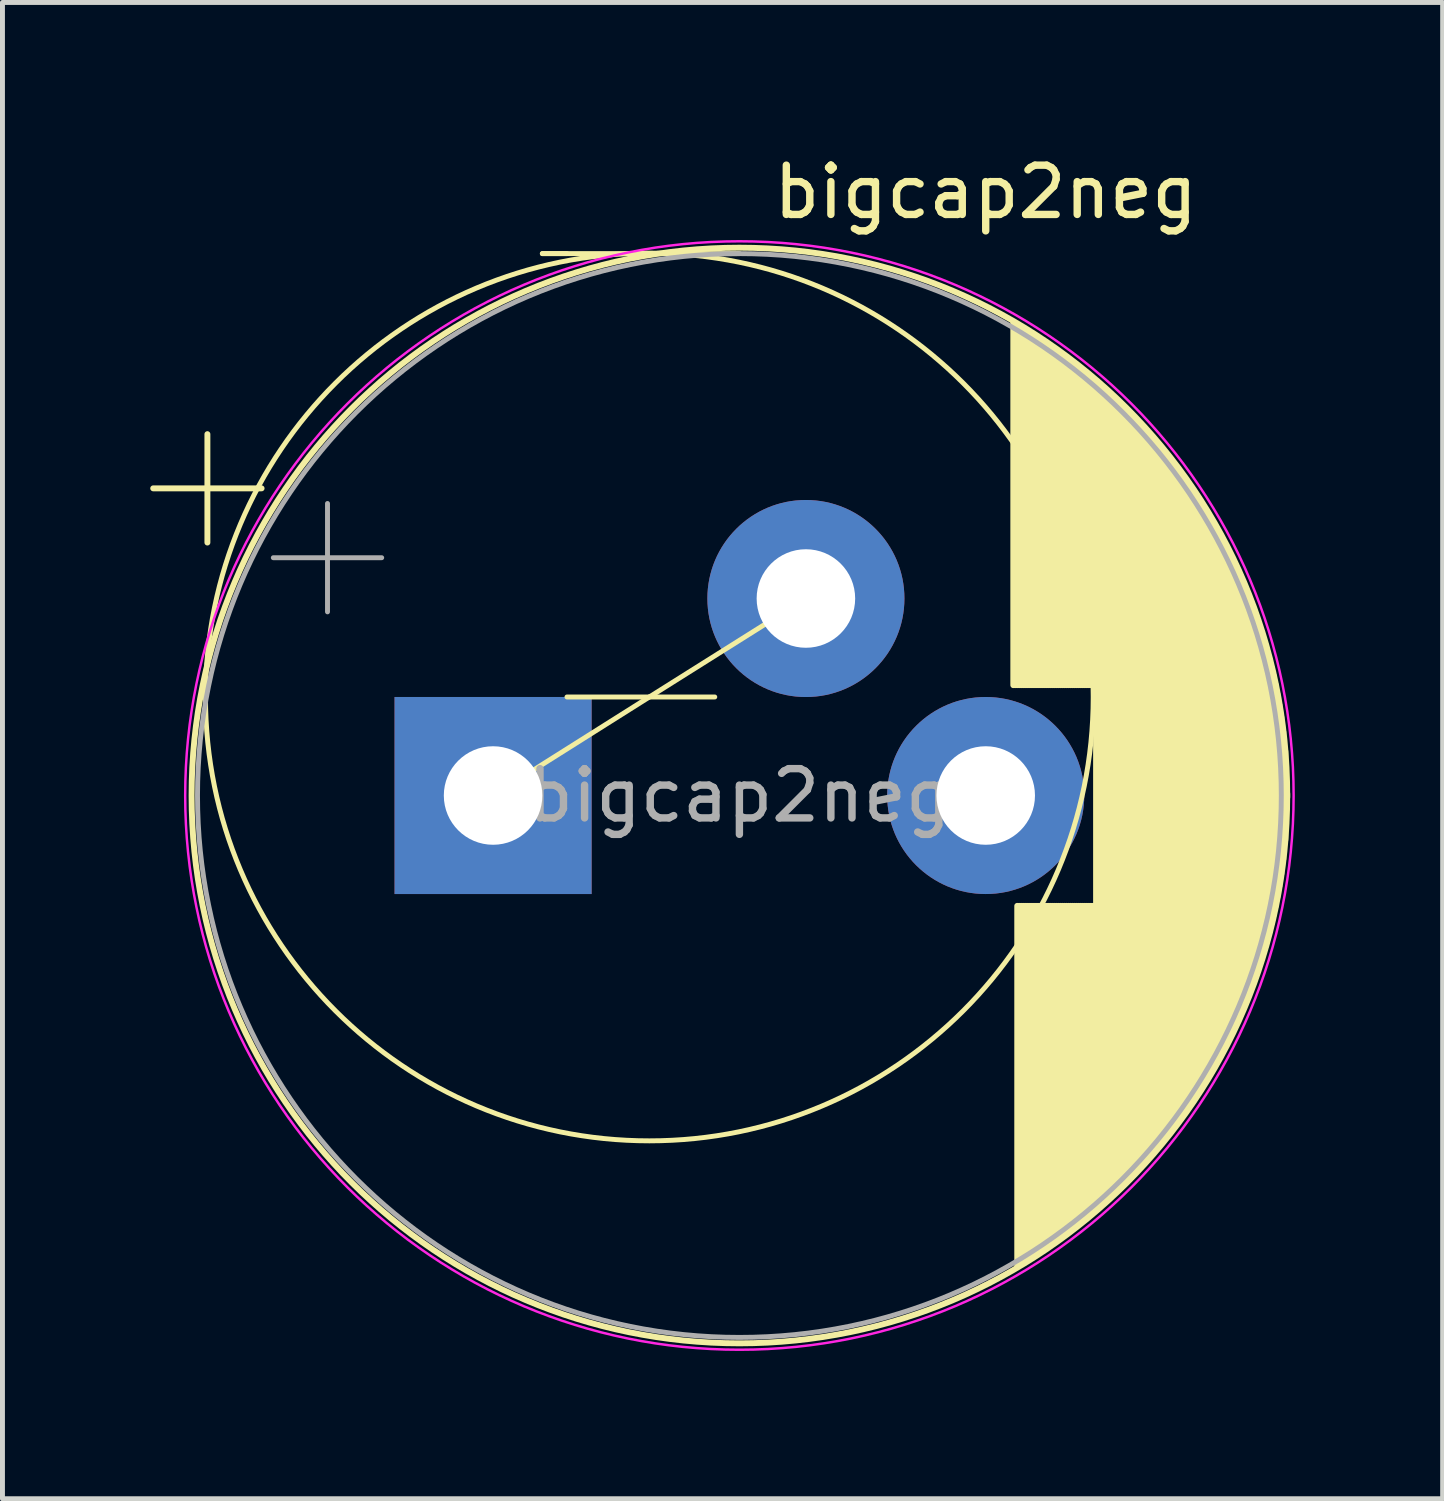
<source format=kicad_pcb>
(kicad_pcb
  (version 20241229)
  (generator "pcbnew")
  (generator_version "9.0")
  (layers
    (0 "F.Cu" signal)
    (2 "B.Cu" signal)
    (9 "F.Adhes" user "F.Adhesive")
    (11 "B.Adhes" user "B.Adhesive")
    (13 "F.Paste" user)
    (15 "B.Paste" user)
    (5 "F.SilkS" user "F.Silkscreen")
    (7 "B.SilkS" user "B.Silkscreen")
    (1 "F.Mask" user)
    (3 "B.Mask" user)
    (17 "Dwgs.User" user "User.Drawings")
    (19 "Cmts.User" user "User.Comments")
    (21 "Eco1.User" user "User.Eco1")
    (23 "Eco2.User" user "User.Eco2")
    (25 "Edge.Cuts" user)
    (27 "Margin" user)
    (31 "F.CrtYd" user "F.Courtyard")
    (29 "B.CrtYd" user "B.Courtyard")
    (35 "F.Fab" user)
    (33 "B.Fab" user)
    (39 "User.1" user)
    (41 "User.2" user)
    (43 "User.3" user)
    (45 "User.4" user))
  (footprint "bigcap2neg"
    (layer "F.Cu")
    (at 11.959 13.098)
    (property "Reference" "bigcap2neg" (at 5 -12.25 0) (layer "F.SilkS") (effects (font (size 1 1) (thickness 0.15))))
    (attr through_hole)
    (fp_line (start -11.899 -6.235) (end -9.699 -6.235) (stroke (width 0.12) (type solid)) (layer "F.SilkS"))
    (fp_line (start -10.799 -7.335) (end -10.799 -5.135) (stroke (width 0.12) (type solid)) (layer "F.SilkS"))
    (fp_line (start -4 -11) (end -3.5 -11) (stroke (width 0.1) (type default)) (layer "F.SilkS"))
    (fp_line (start -3.5 -2) (end -0.5 -2) (stroke (width 0.1) (type default)) (layer "F.SilkS"))
    (fp_line (start -1.828 -2) (end -5 0) (stroke (width 0.1) (type default)) (layer "F.SilkS"))
    (fp_line (start -1.828 -2) (end 1.75 -4.25) (stroke (width 0.1) (type default)) (layer "F.SilkS"))
    (fp_line (start 0 -11) (end -4 -11) (stroke (width 0.1) (type default)) (layer "F.SilkS"))
    (fp_line (start 5.56 -9.59) (end 5.56 -2.24) (stroke (width 0.12) (type solid)) (layer "F.SilkS"))
    (fp_line (start 5.6 -9.567) (end 5.6 -2.24) (stroke (width 0.12) (type solid)) (layer "F.SilkS"))
    (fp_line (start 5.64 -9.544) (end 5.64 -2.24) (stroke (width 0.12) (type solid)) (layer "F.SilkS"))
    (fp_line (start 5.64 2.24) (end 5.64 9.544) (stroke (width 0.12) (type solid)) (layer "F.SilkS"))
    (fp_line (start 5.68 -9.52) (end 5.68 -2.24) (stroke (width 0.12) (type solid)) (layer "F.SilkS"))
    (fp_line (start 5.68 2.24) (end 5.68 9.52) (stroke (width 0.12) (type solid)) (layer "F.SilkS"))
    (fp_line (start 5.72 -9.496) (end 5.72 -2.24) (stroke (width 0.12) (type solid)) (layer "F.SilkS"))
    (fp_line (start 5.72 2.24) (end 5.72 9.496) (stroke (width 0.12) (type solid)) (layer "F.SilkS"))
    (fp_line (start 5.76 -9.472) (end 5.76 -2.24) (stroke (width 0.12) (type solid)) (layer "F.SilkS"))
    (fp_line (start 5.76 2.24) (end 5.76 9.472) (stroke (width 0.12) (type solid)) (layer "F.SilkS"))
    (fp_line (start 5.8 -9.448) (end 5.8 -2.24) (stroke (width 0.12) (type solid)) (layer "F.SilkS"))
    (fp_line (start 5.8 2.24) (end 5.8 9.448) (stroke (width 0.12) (type solid)) (layer "F.SilkS"))
    (fp_line (start 5.84 -9.423) (end 5.84 -2.24) (stroke (width 0.12) (type solid)) (layer "F.SilkS"))
    (fp_line (start 5.84 2.24) (end 5.84 9.423) (stroke (width 0.12) (type solid)) (layer "F.SilkS"))
    (fp_line (start 5.88 -9.398) (end 5.88 -2.24) (stroke (width 0.12) (type solid)) (layer "F.SilkS"))
    (fp_line (start 5.88 2.24) (end 5.88 9.398) (stroke (width 0.12) (type solid)) (layer "F.SilkS"))
    (fp_line (start 5.92 -9.373) (end 5.92 -2.24) (stroke (width 0.12) (type solid)) (layer "F.SilkS"))
    (fp_line (start 5.92 2.24) (end 5.92 9.373) (stroke (width 0.12) (type solid)) (layer "F.SilkS"))
    (fp_line (start 5.96 -9.348) (end 5.96 -2.24) (stroke (width 0.12) (type solid)) (layer "F.SilkS"))
    (fp_line (start 5.96 2.24) (end 5.96 9.348) (stroke (width 0.12) (type solid)) (layer "F.SilkS"))
    (fp_line (start 6 -9.322) (end 6 -2.24) (stroke (width 0.12) (type solid)) (layer "F.SilkS"))
    (fp_line (start 6 2.24) (end 6 9.322) (stroke (width 0.12) (type solid)) (layer "F.SilkS"))
    (fp_line (start 6.04 -9.297) (end 6.04 -2.24) (stroke (width 0.12) (type solid)) (layer "F.SilkS"))
    (fp_line (start 6.04 2.24) (end 6.04 9.297) (stroke (width 0.12) (type solid)) (layer "F.SilkS"))
    (fp_line (start 6.08 -9.271) (end 6.08 -2.24) (stroke (width 0.12) (type solid)) (layer "F.SilkS"))
    (fp_line (start 6.08 2.24) (end 6.08 9.271) (stroke (width 0.12) (type solid)) (layer "F.SilkS"))
    (fp_line (start 6.12 -9.244) (end 6.12 -2.24) (stroke (width 0.12) (type solid)) (layer "F.SilkS"))
    (fp_line (start 6.12 2.24) (end 6.12 9.244) (stroke (width 0.12) (type solid)) (layer "F.SilkS"))
    (fp_line (start 6.16 -9.218) (end 6.16 -2.24) (stroke (width 0.12) (type solid)) (layer "F.SilkS"))
    (fp_line (start 6.16 2.24) (end 6.16 9.218) (stroke (width 0.12) (type solid)) (layer "F.SilkS"))
    (fp_line (start 6.2 -9.191) (end 6.2 -2.24) (stroke (width 0.12) (type solid)) (layer "F.SilkS"))
    (fp_line (start 6.2 2.24) (end 6.2 9.191) (stroke (width 0.12) (type solid)) (layer "F.SilkS"))
    (fp_line (start 6.24 -9.164) (end 6.24 -2.24) (stroke (width 0.12) (type solid)) (layer "F.SilkS"))
    (fp_line (start 6.24 2.24) (end 6.24 9.164) (stroke (width 0.12) (type solid)) (layer "F.SilkS"))
    (fp_line (start 6.28 -9.137) (end 6.28 -2.24) (stroke (width 0.12) (type solid)) (layer "F.SilkS"))
    (fp_line (start 6.28 2.24) (end 6.28 9.137) (stroke (width 0.12) (type solid)) (layer "F.SilkS"))
    (fp_line (start 6.32 -9.109) (end 6.32 -2.24) (stroke (width 0.12) (type solid)) (layer "F.SilkS"))
    (fp_line (start 6.32 2.24) (end 6.32 9.109) (stroke (width 0.12) (type solid)) (layer "F.SilkS"))
    (fp_line (start 6.36 -9.082) (end 6.36 -2.24) (stroke (width 0.12) (type solid)) (layer "F.SilkS"))
    (fp_line (start 6.36 2.24) (end 6.36 9.082) (stroke (width 0.12) (type solid)) (layer "F.SilkS"))
    (fp_line (start 6.4 -9.054) (end 6.4 -2.24) (stroke (width 0.12) (type solid)) (layer "F.SilkS"))
    (fp_line (start 6.4 2.24) (end 6.4 9.054) (stroke (width 0.12) (type solid)) (layer "F.SilkS"))
    (fp_line (start 6.44 -9.025) (end 6.44 -2.24) (stroke (width 0.12) (type solid)) (layer "F.SilkS"))
    (fp_line (start 6.44 2.24) (end 6.44 9.025) (stroke (width 0.12) (type solid)) (layer "F.SilkS"))
    (fp_line (start 6.48 -8.997) (end 6.48 -2.24) (stroke (width 0.12) (type solid)) (layer "F.SilkS"))
    (fp_line (start 6.48 2.24) (end 6.48 8.997) (stroke (width 0.12) (type solid)) (layer "F.SilkS"))
    (fp_line (start 6.52 -8.968) (end 6.52 -2.24) (stroke (width 0.12) (type solid)) (layer "F.SilkS"))
    (fp_line (start 6.52 2.24) (end 6.52 8.968) (stroke (width 0.12) (type solid)) (layer "F.SilkS"))
    (fp_line (start 6.56 -8.939) (end 6.56 -2.24) (stroke (width 0.12) (type solid)) (layer "F.SilkS"))
    (fp_line (start 6.56 2.24) (end 6.56 8.939) (stroke (width 0.12) (type solid)) (layer "F.SilkS"))
    (fp_line (start 6.6 -8.91) (end 6.6 -2.24) (stroke (width 0.12) (type solid)) (layer "F.SilkS"))
    (fp_line (start 6.6 2.24) (end 6.6 8.91) (stroke (width 0.12) (type solid)) (layer "F.SilkS"))
    (fp_line (start 6.64 -8.88) (end 6.64 -2.24) (stroke (width 0.12) (type solid)) (layer "F.SilkS"))
    (fp_line (start 6.64 2.24) (end 6.64 8.88) (stroke (width 0.12) (type solid)) (layer "F.SilkS"))
    (fp_line (start 6.68 -8.85) (end 6.68 -2.24) (stroke (width 0.12) (type solid)) (layer "F.SilkS"))
    (fp_line (start 6.68 2.24) (end 6.68 8.85) (stroke (width 0.12) (type solid)) (layer "F.SilkS"))
    (fp_line (start 6.72 -8.82) (end 6.72 -2.24) (stroke (width 0.12) (type solid)) (layer "F.SilkS"))
    (fp_line (start 6.72 2.24) (end 6.72 8.82) (stroke (width 0.12) (type solid)) (layer "F.SilkS"))
    (fp_line (start 6.76 -8.789) (end 6.76 -2.24) (stroke (width 0.12) (type solid)) (layer "F.SilkS"))
    (fp_line (start 6.76 2.24) (end 6.76 8.789) (stroke (width 0.12) (type solid)) (layer "F.SilkS"))
    (fp_line (start 6.8 -8.759) (end 6.8 -2.24) (stroke (width 0.12) (type solid)) (layer "F.SilkS"))
    (fp_line (start 6.8 2.24) (end 6.8 8.759) (stroke (width 0.12) (type solid)) (layer "F.SilkS"))
    (fp_line (start 6.84 -8.727) (end 6.84 -2.24) (stroke (width 0.12) (type solid)) (layer "F.SilkS"))
    (fp_line (start 6.84 2.24) (end 6.84 8.727) (stroke (width 0.12) (type solid)) (layer "F.SilkS"))
    (fp_line (start 6.88 -8.696) (end 6.88 -2.24) (stroke (width 0.12) (type solid)) (layer "F.SilkS"))
    (fp_line (start 6.88 2.24) (end 6.88 8.696) (stroke (width 0.12) (type solid)) (layer "F.SilkS"))
    (fp_line (start 6.92 -8.664) (end 6.92 -2.24) (stroke (width 0.12) (type solid)) (layer "F.SilkS"))
    (fp_line (start 6.92 2.24) (end 6.92 8.664) (stroke (width 0.12) (type solid)) (layer "F.SilkS"))
    (fp_line (start 6.96 -8.633) (end 6.96 -2.24) (stroke (width 0.12) (type solid)) (layer "F.SilkS"))
    (fp_line (start 6.96 2.24) (end 6.96 8.633) (stroke (width 0.12) (type solid)) (layer "F.SilkS"))
    (fp_line (start 7 -8.6) (end 7 -2.24) (stroke (width 0.12) (type solid)) (layer "F.SilkS"))
    (fp_line (start 7 2.24) (end 7 8.6) (stroke (width 0.12) (type solid)) (layer "F.SilkS"))
    (fp_line (start 7.04 -8.568) (end 7.04 -2.24) (stroke (width 0.12) (type solid)) (layer "F.SilkS"))
    (fp_line (start 7.04 2.24) (end 7.04 8.568) (stroke (width 0.12) (type solid)) (layer "F.SilkS"))
    (fp_line (start 7.08 -8.535) (end 7.08 -2.24) (stroke (width 0.12) (type solid)) (layer "F.SilkS"))
    (fp_line (start 7.08 2.24) (end 7.08 8.535) (stroke (width 0.12) (type solid)) (layer "F.SilkS"))
    (fp_line (start 7.12 -8.502) (end 7.12 -2.24) (stroke (width 0.12) (type solid)) (layer "F.SilkS"))
    (fp_line (start 7.12 2.24) (end 7.12 8.502) (stroke (width 0.12) (type solid)) (layer "F.SilkS"))
    (fp_line (start 7.16 -8.468) (end 7.16 -2.24) (stroke (width 0.12) (type solid)) (layer "F.SilkS"))
    (fp_line (start 7.16 2.24) (end 7.16 8.468) (stroke (width 0.12) (type solid)) (layer "F.SilkS"))
    (fp_line (start 7.2 -8.434) (end 7.2 -2.24) (stroke (width 0.12) (type solid)) (layer "F.SilkS"))
    (fp_line (start 7.2 2.24) (end 7.2 8.434) (stroke (width 0.12) (type solid)) (layer "F.SilkS"))
    (fp_line (start 7.24 -8.4) (end 7.24 8.4) (stroke (width 0.12) (type solid)) (layer "F.SilkS"))
    (fp_line (start 7.28 -8.366) (end 7.28 8.366) (stroke (width 0.12) (type solid)) (layer "F.SilkS"))
    (fp_line (start 7.32 -8.331) (end 7.32 8.331) (stroke (width 0.12) (type solid)) (layer "F.SilkS"))
    (fp_line (start 7.36 -8.296) (end 7.36 8.296) (stroke (width 0.12) (type solid)) (layer "F.SilkS"))
    (fp_line (start 7.4 -8.26) (end 7.4 8.26) (stroke (width 0.12) (type solid)) (layer "F.SilkS"))
    (fp_line (start 7.44 -8.224) (end 7.44 8.224) (stroke (width 0.12) (type solid)) (layer "F.SilkS"))
    (fp_line (start 7.48 -8.188) (end 7.48 8.188) (stroke (width 0.12) (type solid)) (layer "F.SilkS"))
    (fp_line (start 7.52 -8.152) (end 7.52 8.152) (stroke (width 0.12) (type solid)) (layer "F.SilkS"))
    (fp_line (start 7.56 -8.115) (end 7.56 8.115) (stroke (width 0.12) (type solid)) (layer "F.SilkS"))
    (fp_line (start 7.6 -8.078) (end 7.6 8.078) (stroke (width 0.12) (type solid)) (layer "F.SilkS"))
    (fp_line (start 7.64 -8.04) (end 7.64 8.04) (stroke (width 0.12) (type solid)) (layer "F.SilkS"))
    (fp_line (start 7.68 -8.002) (end 7.68 8.002) (stroke (width 0.12) (type solid)) (layer "F.SilkS"))
    (fp_line (start 7.72 -7.963) (end 7.72 7.963) (stroke (width 0.12) (type solid)) (layer "F.SilkS"))
    (fp_line (start 7.76 -7.925) (end 7.76 7.925) (stroke (width 0.12) (type solid)) (layer "F.SilkS"))
    (fp_line (start 7.8 -7.886) (end 7.8 7.886) (stroke (width 0.12) (type solid)) (layer "F.SilkS"))
    (fp_line (start 7.84 -7.846) (end 7.84 7.846) (stroke (width 0.12) (type solid)) (layer "F.SilkS"))
    (fp_line (start 7.88 -7.806) (end 7.88 7.806) (stroke (width 0.12) (type solid)) (layer "F.SilkS"))
    (fp_line (start 7.92 -7.766) (end 7.92 7.766) (stroke (width 0.12) (type solid)) (layer "F.SilkS"))
    (fp_line (start 7.96 -7.725) (end 7.96 7.725) (stroke (width 0.12) (type solid)) (layer "F.SilkS"))
    (fp_line (start 8 -7.684) (end 8 7.684) (stroke (width 0.12) (type solid)) (layer "F.SilkS"))
    (fp_line (start 8.04 -7.642) (end 8.04 7.642) (stroke (width 0.12) (type solid)) (layer "F.SilkS"))
    (fp_line (start 8.08 -7.6) (end 8.08 7.6) (stroke (width 0.12) (type solid)) (layer "F.SilkS"))
    (fp_line (start 8.12 -7.557) (end 8.12 7.557) (stroke (width 0.12) (type solid)) (layer "F.SilkS"))
    (fp_line (start 8.16 -7.514) (end 8.16 7.514) (stroke (width 0.12) (type solid)) (layer "F.SilkS"))
    (fp_line (start 8.2 -7.471) (end 8.2 7.471) (stroke (width 0.12) (type solid)) (layer "F.SilkS"))
    (fp_line (start 8.24 -7.427) (end 8.24 7.427) (stroke (width 0.12) (type solid)) (layer "F.SilkS"))
    (fp_line (start 8.28 -7.383) (end 8.28 7.383) (stroke (width 0.12) (type solid)) (layer "F.SilkS"))
    (fp_line (start 8.32 -7.338) (end 8.32 7.338) (stroke (width 0.12) (type solid)) (layer "F.SilkS"))
    (fp_line (start 8.36 -7.292) (end 8.36 7.292) (stroke (width 0.12) (type solid)) (layer "F.SilkS"))
    (fp_line (start 8.4 -7.247) (end 8.4 7.247) (stroke (width 0.12) (type solid)) (layer "F.SilkS"))
    (fp_line (start 8.44 -7.2) (end 8.44 7.2) (stroke (width 0.12) (type solid)) (layer "F.SilkS"))
    (fp_line (start 8.48 -7.153) (end 8.48 7.153) (stroke (width 0.12) (type solid)) (layer "F.SilkS"))
    (fp_line (start 8.52 -7.106) (end 8.52 7.106) (stroke (width 0.12) (type solid)) (layer "F.SilkS"))
    (fp_line (start 8.56 -7.058) (end 8.56 7.058) (stroke (width 0.12) (type solid)) (layer "F.SilkS"))
    (fp_line (start 8.6 -7.009) (end 8.6 7.009) (stroke (width 0.12) (type solid)) (layer "F.SilkS"))
    (fp_line (start 8.64 -6.96) (end 8.64 6.96) (stroke (width 0.12) (type solid)) (layer "F.SilkS"))
    (fp_line (start 8.68 -6.911) (end 8.68 6.911) (stroke (width 0.12) (type solid)) (layer "F.SilkS"))
    (fp_line (start 8.72 -6.86) (end 8.72 6.86) (stroke (width 0.12) (type solid)) (layer "F.SilkS"))
    (fp_line (start 8.76 -6.81) (end 8.76 6.81) (stroke (width 0.12) (type solid)) (layer "F.SilkS"))
    (fp_line (start 8.8 -6.758) (end 8.8 6.758) (stroke (width 0.12) (type solid)) (layer "F.SilkS"))
    (fp_line (start 8.84 -6.706) (end 8.84 6.706) (stroke (width 0.12) (type solid)) (layer "F.SilkS"))
    (fp_line (start 8.88 -6.653) (end 8.88 6.653) (stroke (width 0.12) (type solid)) (layer "F.SilkS"))
    (fp_line (start 8.92 -6.6) (end 8.92 6.6) (stroke (width 0.12) (type solid)) (layer "F.SilkS"))
    (fp_line (start 8.96 -6.546) (end 8.96 6.546) (stroke (width 0.12) (type solid)) (layer "F.SilkS"))
    (fp_line (start 9 -6.491) (end 9 6.491) (stroke (width 0.12) (type solid)) (layer "F.SilkS"))
    (fp_line (start 9.04 -6.436) (end 9.04 6.436) (stroke (width 0.12) (type solid)) (layer "F.SilkS"))
    (fp_line (start 9.08 -6.379) (end 9.08 6.379) (stroke (width 0.12) (type solid)) (layer "F.SilkS"))
    (fp_line (start 9.12 -6.322) (end 9.12 6.322) (stroke (width 0.12) (type solid)) (layer "F.SilkS"))
    (fp_line (start 9.16 -6.265) (end 9.16 6.265) (stroke (width 0.12) (type solid)) (layer "F.SilkS"))
    (fp_line (start 9.2 -6.206) (end 9.2 6.206) (stroke (width 0.12) (type solid)) (layer "F.SilkS"))
    (fp_line (start 9.24 -6.147) (end 9.24 6.147) (stroke (width 0.12) (type solid)) (layer "F.SilkS"))
    (fp_line (start 9.28 -6.087) (end 9.28 6.087) (stroke (width 0.12) (type solid)) (layer "F.SilkS"))
    (fp_line (start 9.32 -6.026) (end 9.32 6.026) (stroke (width 0.12) (type solid)) (layer "F.SilkS"))
    (fp_line (start 9.36 -5.964) (end 9.36 5.964) (stroke (width 0.12) (type solid)) (layer "F.SilkS"))
    (fp_line (start 9.4 -5.901) (end 9.4 5.901) (stroke (width 0.12) (type solid)) (layer "F.SilkS"))
    (fp_line (start 9.44 -5.837) (end 9.44 5.837) (stroke (width 0.12) (type solid)) (layer "F.SilkS"))
    (fp_line (start 9.48 -5.772) (end 9.48 5.772) (stroke (width 0.12) (type solid)) (layer "F.SilkS"))
    (fp_line (start 9.52 -5.707) (end 9.52 5.707) (stroke (width 0.12) (type solid)) (layer "F.SilkS"))
    (fp_line (start 9.56 -5.64) (end 9.56 5.64) (stroke (width 0.12) (type solid)) (layer "F.SilkS"))
    (fp_line (start 9.6 -5.572) (end 9.6 5.572) (stroke (width 0.12) (type solid)) (layer "F.SilkS"))
    (fp_line (start 9.64 -5.503) (end 9.64 5.503) (stroke (width 0.12) (type solid)) (layer "F.SilkS"))
    (fp_line (start 9.68 -5.433) (end 9.68 5.433) (stroke (width 0.12) (type solid)) (layer "F.SilkS"))
    (fp_line (start 9.72 -5.361) (end 9.72 5.361) (stroke (width 0.12) (type solid)) (layer "F.SilkS"))
    (fp_line (start 9.76 -5.289) (end 9.76 5.289) (stroke (width 0.12) (type solid)) (layer "F.SilkS"))
    (fp_line (start 9.8 -5.215) (end 9.8 5.215) (stroke (width 0.12) (type solid)) (layer "F.SilkS"))
    (fp_line (start 9.84 -5.14) (end 9.84 5.14) (stroke (width 0.12) (type solid)) (layer "F.SilkS"))
    (fp_line (start 9.88 -5.063) (end 9.88 5.063) (stroke (width 0.12) (type solid)) (layer "F.SilkS"))
    (fp_line (start 9.92 -4.985) (end 9.92 4.985) (stroke (width 0.12) (type solid)) (layer "F.SilkS"))
    (fp_line (start 9.96 -4.905) (end 9.96 4.905) (stroke (width 0.12) (type solid)) (layer "F.SilkS"))
    (fp_line (start 10 -4.824) (end 10 4.824) (stroke (width 0.12) (type solid)) (layer "F.SilkS"))
    (fp_line (start 10.04 -4.74) (end 10.04 4.74) (stroke (width 0.12) (type solid)) (layer "F.SilkS"))
    (fp_line (start 10.08 -4.656) (end 10.08 4.656) (stroke (width 0.12) (type solid)) (layer "F.SilkS"))
    (fp_line (start 10.12 -4.569) (end 10.12 4.569) (stroke (width 0.12) (type solid)) (layer "F.SilkS"))
    (fp_line (start 10.16 -4.48) (end 10.16 4.48) (stroke (width 0.12) (type solid)) (layer "F.SilkS"))
    (fp_line (start 10.2 -4.389) (end 10.2 4.389) (stroke (width 0.12) (type solid)) (layer "F.SilkS"))
    (fp_line (start 10.24 -4.296) (end 10.24 4.296) (stroke (width 0.12) (type solid)) (layer "F.SilkS"))
    (fp_line (start 10.28 -4.2) (end 10.28 4.2) (stroke (width 0.12) (type solid)) (layer "F.SilkS"))
    (fp_line (start 10.32 -4.101) (end 10.32 4.101) (stroke (width 0.12) (type solid)) (layer "F.SilkS"))
    (fp_line (start 10.36 -4) (end 10.36 4) (stroke (width 0.12) (type solid)) (layer "F.SilkS"))
    (fp_line (start 10.4 -3.896) (end 10.4 3.896) (stroke (width 0.12) (type solid)) (layer "F.SilkS"))
    (fp_line (start 10.44 -3.789) (end 10.44 3.789) (stroke (width 0.12) (type solid)) (layer "F.SilkS"))
    (fp_line (start 10.48 -3.678) (end 10.48 3.678) (stroke (width 0.12) (type solid)) (layer "F.SilkS"))
    (fp_line (start 10.52 -3.563) (end 10.52 3.563) (stroke (width 0.12) (type solid)) (layer "F.SilkS"))
    (fp_line (start 10.56 -3.444) (end 10.56 3.444) (stroke (width 0.12) (type solid)) (layer "F.SilkS"))
    (fp_line (start 10.6 -3.321) (end 10.6 3.321) (stroke (width 0.12) (type solid)) (layer "F.SilkS"))
    (fp_line (start 10.64 -3.192) (end 10.64 3.192) (stroke (width 0.12) (type solid)) (layer "F.SilkS"))
    (fp_line (start 10.68 -3.057) (end 10.68 3.057) (stroke (width 0.12) (type solid)) (layer "F.SilkS"))
    (fp_line (start 10.72 -2.916) (end 10.72 2.916) (stroke (width 0.12) (type solid)) (layer "F.SilkS"))
    (fp_line (start 10.76 -2.767) (end 10.76 2.767) (stroke (width 0.12) (type solid)) (layer "F.SilkS"))
    (fp_line (start 10.8 -2.608) (end 10.8 2.608) (stroke (width 0.12) (type solid)) (layer "F.SilkS"))
    (fp_line (start 10.84 -2.44) (end 10.84 2.44) (stroke (width 0.12) (type solid)) (layer "F.SilkS"))
    (fp_line (start 10.88 -2.258) (end 10.88 2.258) (stroke (width 0.12) (type solid)) (layer "F.SilkS"))
    (fp_line (start 10.92 -2.06) (end 10.92 2.06) (stroke (width 0.12) (type solid)) (layer "F.SilkS"))
    (fp_line (start 10.96 -1.84) (end 10.96 1.84) (stroke (width 0.12) (type solid)) (layer "F.SilkS"))
    (fp_line (start 11 -1.589) (end 11 1.589) (stroke (width 0.12) (type solid)) (layer "F.SilkS"))
    (fp_line (start 11.04 -1.291) (end 11.04 1.291) (stroke (width 0.12) (type solid)) (layer "F.SilkS"))
    (fp_line (start 11.08 -0.902) (end 11.08 0.902) (stroke (width 0.12) (type solid)) (layer "F.SilkS"))
    (fp_line (start 11.12 0.04) (end 11.12 -0.04) (stroke (width 0.12) (type solid)) (layer "F.SilkS"))
    (fp_circle (center -1.828 -2) (end -2.25 -11) (stroke (width 0.1) (type default)) (fill no) (layer "F.SilkS"))
    (fp_circle (center 0 0) (end 11.12 0) (stroke (width 0.12) (type solid)) (fill no) (layer "F.SilkS"))
    (fp_circle (center 0 0) (end 11.25 0) (stroke (width 0.05) (type solid)) (fill no) (layer "F.CrtYd"))
    (fp_line (start -9.461 -4.827) (end -7.261 -4.827) (stroke (width 0.1) (type solid)) (layer "F.Fab"))
    (fp_line (start -8.361 -5.928) (end -8.361 -3.728) (stroke (width 0.1) (type solid)) (layer "F.Fab"))
    (fp_circle (center 0 0) (end 11 0) (stroke (width 0.1) (type solid)) (fill no) (layer "F.Fab"))
    (fp_text user "${REFERENCE}" (at 0 0 0) (layer "F.Fab") (effects (font (size 1 1) (thickness 0.15))))
    (pad "1" thru_hole rect (at -5 0) (size 4 4) (drill 2) (layers "*.Cu" "*.Mask"))
    (pad "2" thru_hole circle (at 1.35 -3.999) (size 4 4) (drill 2) (layers "*.Cu" "*.Mask"))
    (pad "2" thru_hole circle (at 5 0) (size 4 4) (drill 2) (layers "*.Cu" "*.Mask")))
  (gr_rect
    (start -3 -3)
    (end 26.234 27.373)
    (stroke (width 0.1) (type default))
    (fill no)
    (layer "Edge.Cuts")))
</source>
